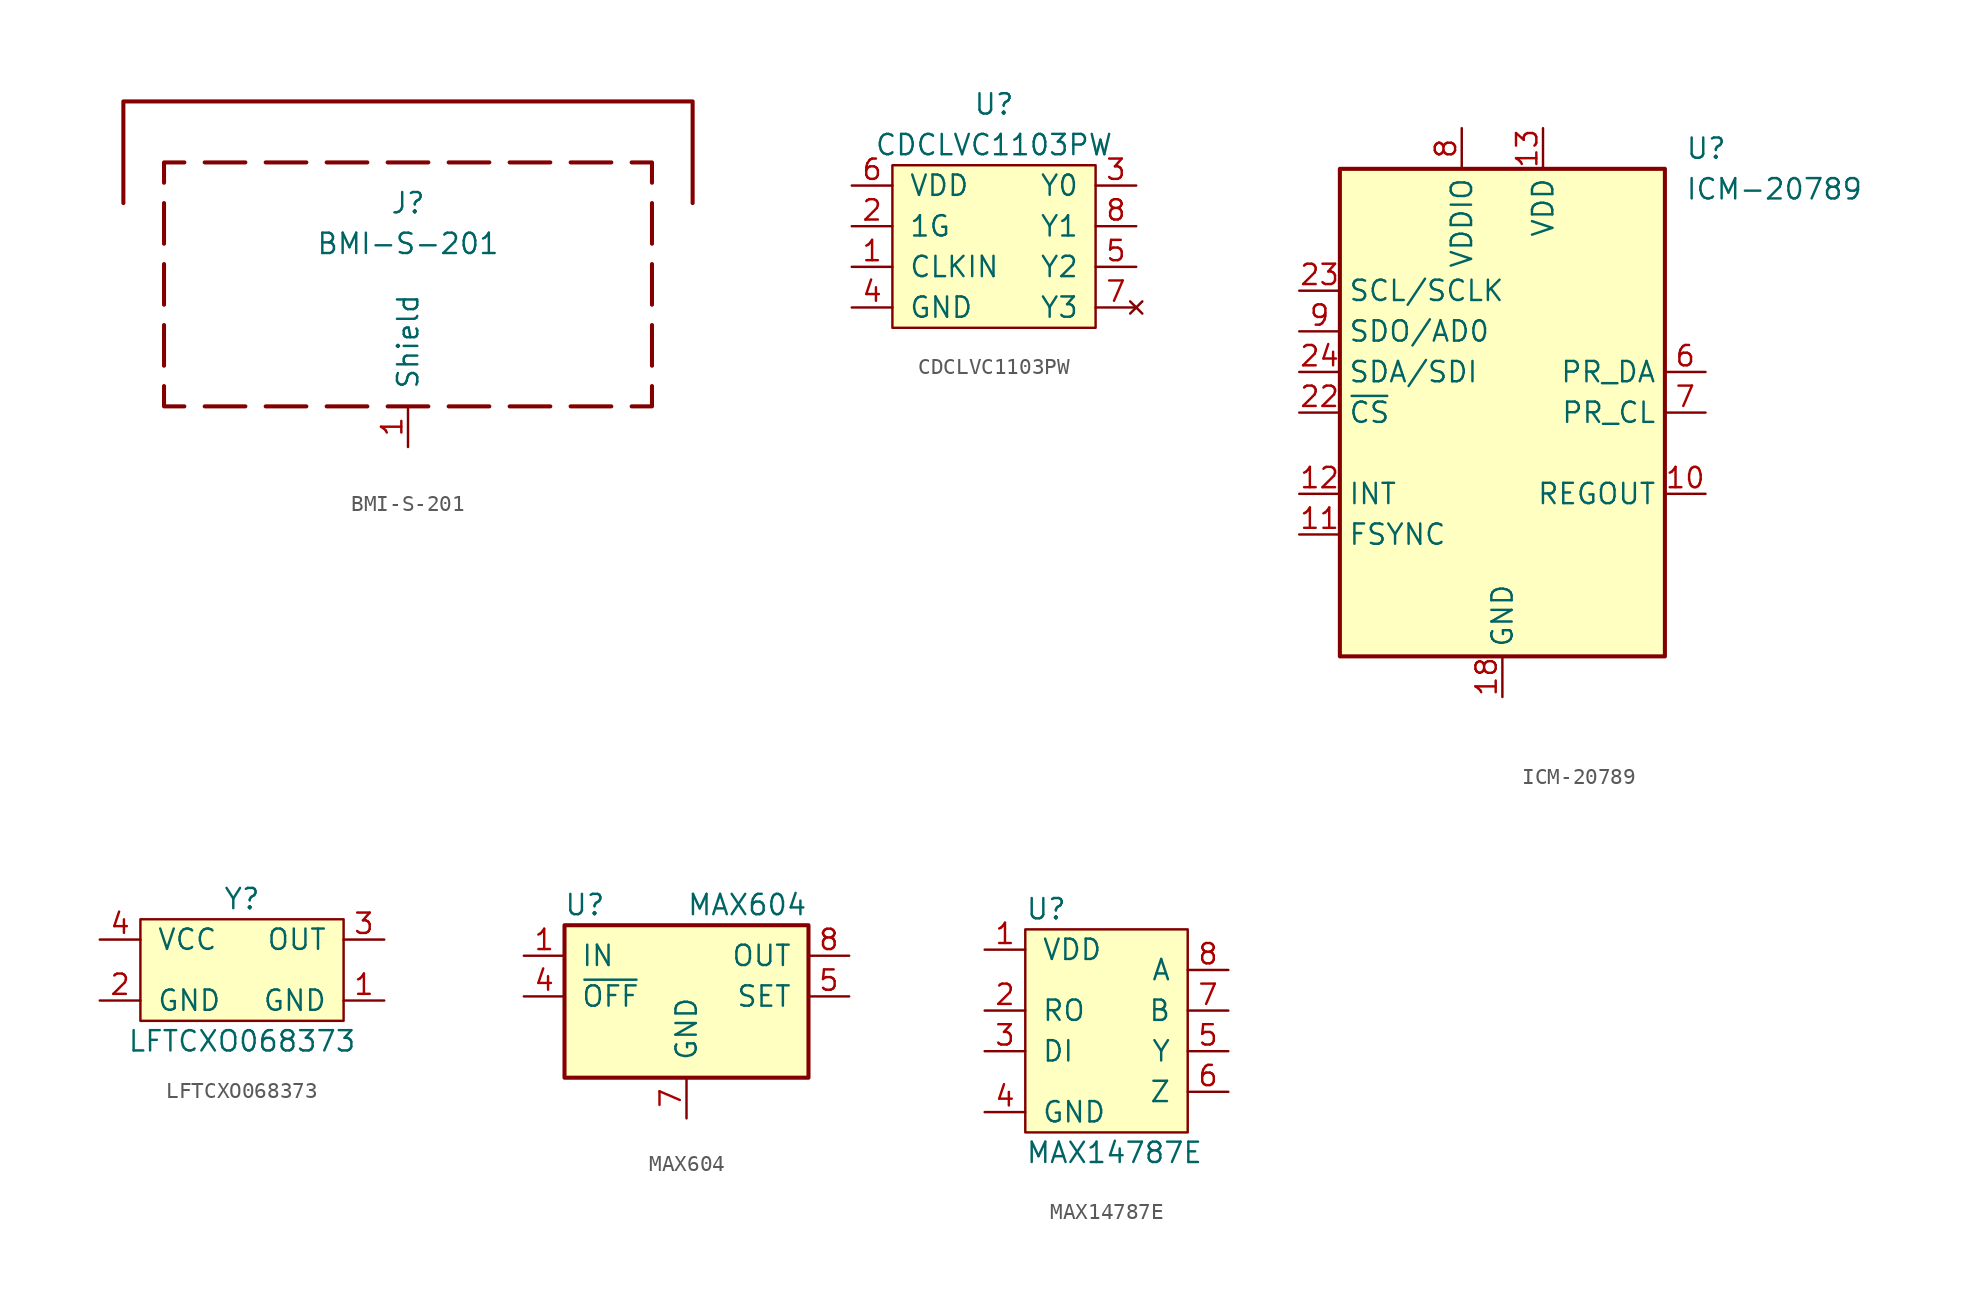
<source format=kicad_sym>
(kicad_symbol_lib
  (version 20211014)
  (generator kicad_symbol_editor)
  (symbol "BMI-S-201"
    (pin_names
      (offset 1.016))
    (property "Reference" "J"
      (at 0 5.08 0)
      (effects (font (size 1.27 1.27))))
    (property "Value" "BMI-S-201"
      (at 0 2.54 0)
      (effects (font (size 1.27 1.27))))
    (symbol "BMI-S-201_0_1"
      (polyline (pts (xy -15.24 -5.08) (xy -15.24 -2.54)) (stroke (width 0.254) (type default) (color 0 0 0 0)) (fill (type none)))
      (polyline (pts (xy -15.24 -1.27) (xy -15.24 1.27)) (stroke (width 0.254) (type default) (color 0 0 0 0)) (fill (type none)))
      (polyline (pts (xy -15.24 2.54) (xy -15.24 5.08)) (stroke (width 0.254) (type default) (color 0 0 0 0)) (fill (type none)))
      (polyline (pts (xy -12.7 7.62) (xy -10.16 7.62)) (stroke (width 0.254) (type default) (color 0 0 0 0)) (fill (type none)))
      (polyline (pts (xy -10.16 -7.62) (xy -12.7 -7.62)) (stroke (width 0.254) (type default) (color 0 0 0 0)) (fill (type none)))
      (polyline (pts (xy -6.35 -7.62) (xy -8.89 -7.62)) (stroke (width 0.254) (type default) (color 0 0 0 0)) (fill (type none)))
      (polyline (pts (xy -6.35 7.62) (xy -8.89 7.62)) (stroke (width 0.254) (type default) (color 0 0 0 0)) (fill (type none)))
      (polyline (pts (xy -2.54 -7.62) (xy -5.08 -7.62)) (stroke (width 0.254) (type default) (color 0 0 0 0)) (fill (type none)))
      (polyline (pts (xy -2.54 7.62) (xy -5.08 7.62)) (stroke (width 0.254) (type default) (color 0 0 0 0)) (fill (type none)))
      (polyline (pts (xy -1.27 -7.62) (xy 1.27 -7.62)) (stroke (width 0.254) (type default) (color 0 0 0 0)) (fill (type none)))
      (polyline (pts (xy 1.27 7.62) (xy -1.27 7.62)) (stroke (width 0.254) (type default) (color 0 0 0 0)) (fill (type none)))
      (polyline (pts (xy 2.54 -7.62) (xy 5.08 -7.62)) (stroke (width 0.254) (type default) (color 0 0 0 0)) (fill (type none)))
      (polyline (pts (xy 5.08 7.62) (xy 2.54 7.62)) (stroke (width 0.254) (type default) (color 0 0 0 0)) (fill (type none)))
      (polyline (pts (xy 6.35 -7.62) (xy 8.89 -7.62)) (stroke (width 0.254) (type default) (color 0 0 0 0)) (fill (type none)))
      (polyline (pts (xy 8.89 7.62) (xy 6.35 7.62)) (stroke (width 0.254) (type default) (color 0 0 0 0)) (fill (type none)))
      (polyline (pts (xy 10.16 -7.62) (xy 12.7 -7.62)) (stroke (width 0.254) (type default) (color 0 0 0 0)) (fill (type none)))
      (polyline (pts (xy 12.7 7.62) (xy 10.16 7.62)) (stroke (width 0.254) (type default) (color 0 0 0 0)) (fill (type none)))
      (polyline (pts (xy 15.24 -5.08) (xy 15.24 -2.54)) (stroke (width 0.254) (type default) (color 0 0 0 0)) (fill (type none)))
      (polyline (pts (xy 15.24 -1.27) (xy 15.24 1.27)) (stroke (width 0.254) (type default) (color 0 0 0 0)) (fill (type none)))
      (polyline (pts (xy 15.24 2.54) (xy 15.24 5.08)) (stroke (width 0.254) (type default) (color 0 0 0 0)) (fill (type none)))
      (polyline (pts (xy -15.24 6.35) (xy -15.24 7.62) (xy -13.97 7.62)) (stroke (width 0.254) (type default) (color 0 0 0 0)) (fill (type none)))
      (polyline (pts (xy -13.97 -7.62) (xy -15.24 -7.62) (xy -15.24 -6.35)) (stroke (width 0.254) (type default) (color 0 0 0 0)) (fill (type none)))
      (polyline (pts (xy 13.97 -7.62) (xy 15.24 -7.62) (xy 15.24 -6.35)) (stroke (width 0.254) (type default) (color 0 0 0 0)) (fill (type none)))
      (polyline (pts (xy 15.24 6.35) (xy 15.24 7.62) (xy 13.97 7.62)) (stroke (width 0.254) (type default) (color 0 0 0 0)) (fill (type none)))
      (polyline (pts (xy -17.78 5.08) (xy -17.78 11.43) (xy 17.78 11.43) (xy 17.78 5.08)) (stroke (width 0.254) (type default) (color 0 0 0 0)) (fill (type none))))
    (symbol "BMI-S-201_1_1"
      (pin passive line (at 0 -10.16 90) (length 2.54) (name "Shield" (effects (font (size 1.27 1.27)))) (number "1" (effects (font (size 1.27 1.27)))))))
  (symbol "CDCLVC1103PW"
    (pin_names
      (offset 1.016))
    (property "Reference" "U"
      (at 0 8.89 0)
      (effects (font (size 1.27 1.27))))
    (property "Value" "CDCLVC1103PW"
      (at 0 6.35 0)
      (effects (font (size 1.27 1.27))))
    (symbol "CDCLVC1103PW_0_0"
      (pin input line (at -8.89 -1.27 0) (length 2.54) (name "CLKIN" (effects (font (size 1.27 1.27)))) (number "1" (effects (font (size 1.27 1.27)))))
      (pin input line (at -8.89 1.27 0) (length 2.54) (name "1G" (effects (font (size 1.27 1.27)))) (number "2" (effects (font (size 1.27 1.27)))))
      (pin output line (at 8.89 3.81 180) (length 2.54) (name "Y0" (effects (font (size 1.27 1.27)))) (number "3" (effects (font (size 1.27 1.27)))))
      (pin power_in line (at -8.89 -3.81 0) (length 2.54) (name "GND" (effects (font (size 1.27 1.27)))) (number "4" (effects (font (size 1.27 1.27)))))
      (pin output line (at 8.89 -1.27 180) (length 2.54) (name "Y2" (effects (font (size 1.27 1.27)))) (number "5" (effects (font (size 1.27 1.27)))))
      (pin power_in line (at -8.89 3.81 0) (length 2.54) (name "VDD" (effects (font (size 1.27 1.27)))) (number "6" (effects (font (size 1.27 1.27)))))
      (pin no_connect line (at 8.89 -3.81 180) (length 2.54) (name "Y3" (effects (font (size 1.27 1.27)))) (number "7" (effects (font (size 1.27 1.27)))))
      (pin output line (at 8.89 1.27 180) (length 2.54) (name "Y1" (effects (font (size 1.27 1.27)))) (number "8" (effects (font (size 1.27 1.27))))))
    (symbol "CDCLVC1103PW_0_1"
      (rectangle (start -6.35 5.08) (end 6.35 -5.08) (stroke (width 0) (type default) (color 0 0 0 0)) (fill (type background)))))
  (symbol "ICM-20789"
    (property "Reference" "U"
      (at 11.43 16.51 0)
      (effects (font (size 1.27 1.27)) (justify left)))
    (property "Value" "ICM-20789"
      (at 11.43 13.97 0)
      (effects (font (size 1.27 1.27)) (justify left)))
    (symbol "ICM-20789_0_1"
      (rectangle (start -10.16 15.24) (end 10.16 -15.24) (stroke (width 0.254) (type default) (color 0 0 0 0)) (fill (type background))))
    (symbol "ICM-20789_1_1"
      (pin no_connect line (at -12.7 12.7 0) (length 2.54) hide (name "NC" (effects (font (size 1.27 1.27)))) (number "1" (effects (font (size 1.27 1.27)))))
      (pin passive line (at 12.7 -5.08 180) (length 2.54) (name "REGOUT" (effects (font (size 1.27 1.27)))) (number "10" (effects (font (size 1.27 1.27)))))
      (pin input line (at -12.7 -7.62 0) (length 2.54) (name "FSYNC" (effects (font (size 1.27 1.27)))) (number "11" (effects (font (size 1.27 1.27)))))
      (pin output line (at -12.7 -5.08 0) (length 2.54) (name "INT" (effects (font (size 1.27 1.27)))) (number "12" (effects (font (size 1.27 1.27)))))
      (pin power_in line (at 2.54 17.78 270) (length 2.54) (name "VDD" (effects (font (size 1.27 1.27)))) (number "13" (effects (font (size 1.27 1.27)))))
      (pin no_connect line (at 12.7 10.16 180) (length 2.54) hide (name "NC" (effects (font (size 1.27 1.27)))) (number "14" (effects (font (size 1.27 1.27)))))
      (pin no_connect line (at 12.7 7.62 180) (length 2.54) hide (name "NC" (effects (font (size 1.27 1.27)))) (number "15" (effects (font (size 1.27 1.27)))))
      (pin no_connect line (at 12.7 -7.62 180) (length 2.54) hide (name "NC" (effects (font (size 1.27 1.27)))) (number "16" (effects (font (size 1.27 1.27)))))
      (pin no_connect line (at 12.7 -10.16 180) (length 2.54) hide (name "NC" (effects (font (size 1.27 1.27)))) (number "17" (effects (font (size 1.27 1.27)))))
      (pin power_in line (at 0 -17.78 90) (length 2.54) (name "GND" (effects (font (size 1.27 1.27)))) (number "18" (effects (font (size 1.27 1.27)))))
      (pin no_connect line (at 12.7 -12.7 180) (length 2.54) hide (name "NC" (effects (font (size 1.27 1.27)))) (number "19" (effects (font (size 1.27 1.27)))))
      (pin no_connect line (at -12.7 10.16 0) (length 2.54) hide (name "NC" (effects (font (size 1.27 1.27)))) (number "2" (effects (font (size 1.27 1.27)))))
      (pin no_connect line (at 0 -17.78 90) (length 2.54) hide (name "NC" (effects (font (size 1.27 1.27)))) (number "20" (effects (font (size 1.27 1.27)))))
      (pin no_connect line (at 12.7 5.08 180) (length 2.54) hide (name "NC" (effects (font (size 1.27 1.27)))) (number "21" (effects (font (size 1.27 1.27)))))
      (pin input line (at -12.7 0 0) (length 2.54) (name "~{CS}" (effects (font (size 1.27 1.27)))) (number "22" (effects (font (size 1.27 1.27)))))
      (pin input line (at -12.7 7.62 0) (length 2.54) (name "SCL/SCLK" (effects (font (size 1.27 1.27)))) (number "23" (effects (font (size 1.27 1.27)))))
      (pin bidirectional line (at -12.7 2.54 0) (length 2.54) (name "SDA/SDI" (effects (font (size 1.27 1.27)))) (number "24" (effects (font (size 1.27 1.27)))))
      (pin no_connect line (at -12.7 -2.54 0) (length 2.54) hide (name "NC" (effects (font (size 1.27 1.27)))) (number "3" (effects (font (size 1.27 1.27)))))
      (pin no_connect line (at -12.7 -10.16 0) (length 2.54) hide (name "NC" (effects (font (size 1.27 1.27)))) (number "4" (effects (font (size 1.27 1.27)))))
      (pin no_connect line (at -12.7 -12.7 0) (length 2.54) hide (name "NC" (effects (font (size 1.27 1.27)))) (number "5" (effects (font (size 1.27 1.27)))))
      (pin bidirectional line (at 12.7 2.54 180) (length 2.54) (name "PR_DA" (effects (font (size 1.27 1.27)))) (number "6" (effects (font (size 1.27 1.27)))))
      (pin input line (at 12.7 0 180) (length 2.54) (name "PR_CL" (effects (font (size 1.27 1.27)))) (number "7" (effects (font (size 1.27 1.27)))))
      (pin power_in line (at -2.54 17.78 270) (length 2.54) (name "VDDIO" (effects (font (size 1.27 1.27)))) (number "8" (effects (font (size 1.27 1.27)))))
      (pin bidirectional line (at -12.7 5.08 0) (length 2.54) (name "SDO/AD0" (effects (font (size 1.27 1.27)))) (number "9" (effects (font (size 1.27 1.27)))))))
  (symbol "LFTCXO068373"
    (pin_names
      (offset 1.016))
    (property "Reference" "Y"
      (at 0 3.81 0)
      (effects (font (size 1.27 1.27))))
    (property "Value" "LFTCXO068373"
      (at 0 -5.08 0)
      (effects (font (size 1.27 1.27))))
    (symbol "LFTCXO068373_0_1"
      (rectangle (start -6.35 2.54) (end 6.35 -3.81) (stroke (width 0) (type default) (color 0 0 0 0)) (fill (type background))))
    (symbol "LFTCXO068373_1_1"
      (pin power_in line (at 8.89 -2.54 180) (length 2.54) (name "GND" (effects (font (size 1.27 1.27)))) (number "1" (effects (font (size 1.27 1.27)))))
      (pin power_in line (at -8.89 -2.54 0) (length 2.54) (name "GND" (effects (font (size 1.27 1.27)))) (number "2" (effects (font (size 1.27 1.27)))))
      (pin output line (at 8.89 1.27 180) (length 2.54) (name "OUT" (effects (font (size 1.27 1.27)))) (number "3" (effects (font (size 1.27 1.27)))))
      (pin power_in line (at -8.89 1.27 0) (length 2.54) (name "VCC" (effects (font (size 1.27 1.27)))) (number "4" (effects (font (size 1.27 1.27)))))))
  (symbol "MAX604"
    (pin_names
      (offset 1.016))
    (property "Reference" "U"
      (at -6.35 5.715 0)
      (effects (font (size 1.27 1.27))))
    (property "Value" "MAX604"
      (at 0 5.715 0)
      (effects (font (size 1.27 1.27)) (justify left)))
    (symbol "MAX604_0_1"
      (rectangle (start -7.62 4.445) (end 7.62 -5.08) (stroke (width 0.254) (type default) (color 0 0 0 0)) (fill (type background))))
    (symbol "MAX604_1_1"
      (pin power_in line (at -10.16 2.54 0) (length 2.54) (name "IN" (effects (font (size 1.27 1.27)))) (number "1" (effects (font (size 1.27 1.27)))))
      (pin passive line (at 0 -7.62 90) (length 2.54) hide (name "GND" (effects (font (size 1.27 1.27)))) (number "2" (effects (font (size 1.27 1.27)))))
      (pin passive line (at 0 -7.62 90) (length 2.54) hide (name "GND" (effects (font (size 1.27 1.27)))) (number "3" (effects (font (size 1.27 1.27)))))
      (pin input line (at -10.16 0 0) (length 2.54) (name "~{OFF}" (effects (font (size 1.27 1.27)))) (number "4" (effects (font (size 1.27 1.27)))))
      (pin passive line (at 10.16 0 180) (length 2.54) (name "SET" (effects (font (size 1.27 1.27)))) (number "5" (effects (font (size 1.27 1.27)))))
      (pin passive line (at 0 -7.62 90) (length 2.54) hide (name "GND" (effects (font (size 1.27 1.27)))) (number "6" (effects (font (size 1.27 1.27)))))
      (pin power_in line (at 0 -7.62 90) (length 2.54) (name "GND" (effects (font (size 1.27 1.27)))) (number "7" (effects (font (size 1.27 1.27)))))
      (pin power_out line (at 10.16 2.54 180) (length 2.54) (name "OUT" (effects (font (size 1.27 1.27)))) (number "8" (effects (font (size 1.27 1.27)))))))
  (symbol "MAX14787E"
    (pin_names
      (offset 1.016))
    (property "Reference" "U"
      (at -5.08 7.62 0)
      (effects (font (size 1.27 1.27)) (justify left)))
    (property "Value" "MAX14787E"
      (at -5.08 -7.62 0)
      (effects (font (size 1.27 1.27)) (justify left)))
    (symbol "MAX14787E_0_0"
      (pin power_in line (at -7.62 5.08 0) (length 2.54) (name "VDD" (effects (font (size 1.27 1.27)))) (number "1" (effects (font (size 1.27 1.27)))))
      (pin output line (at -7.62 1.27 0) (length 2.54) (name "RO" (effects (font (size 1.27 1.27)))) (number "2" (effects (font (size 1.27 1.27)))))
      (pin input line (at -7.62 -1.27 0) (length 2.54) (name "DI" (effects (font (size 1.27 1.27)))) (number "3" (effects (font (size 1.27 1.27)))))
      (pin power_in line (at -7.62 -5.08 0) (length 2.54) (name "GND" (effects (font (size 1.27 1.27)))) (number "4" (effects (font (size 1.27 1.27)))))
      (pin output line (at 7.62 -1.27 180) (length 2.54) (name "Y" (effects (font (size 1.27 1.27)))) (number "5" (effects (font (size 1.27 1.27)))))
      (pin output line (at 7.62 -3.81 180) (length 2.54) (name "Z" (effects (font (size 1.27 1.27)))) (number "6" (effects (font (size 1.27 1.27)))))
      (pin input line (at 7.62 1.27 180) (length 2.54) (name "B" (effects (font (size 1.27 1.27)))) (number "7" (effects (font (size 1.27 1.27)))))
      (pin input line (at 7.62 3.81 180) (length 2.54) (name "A" (effects (font (size 1.27 1.27)))) (number "8" (effects (font (size 1.27 1.27))))))
    (symbol "MAX14787E_0_1"
      (rectangle (start -5.08 6.35) (end 5.08 -6.35) (stroke (width 0) (type default) (color 0 0 0 0)) (fill (type background))))))
</source>
